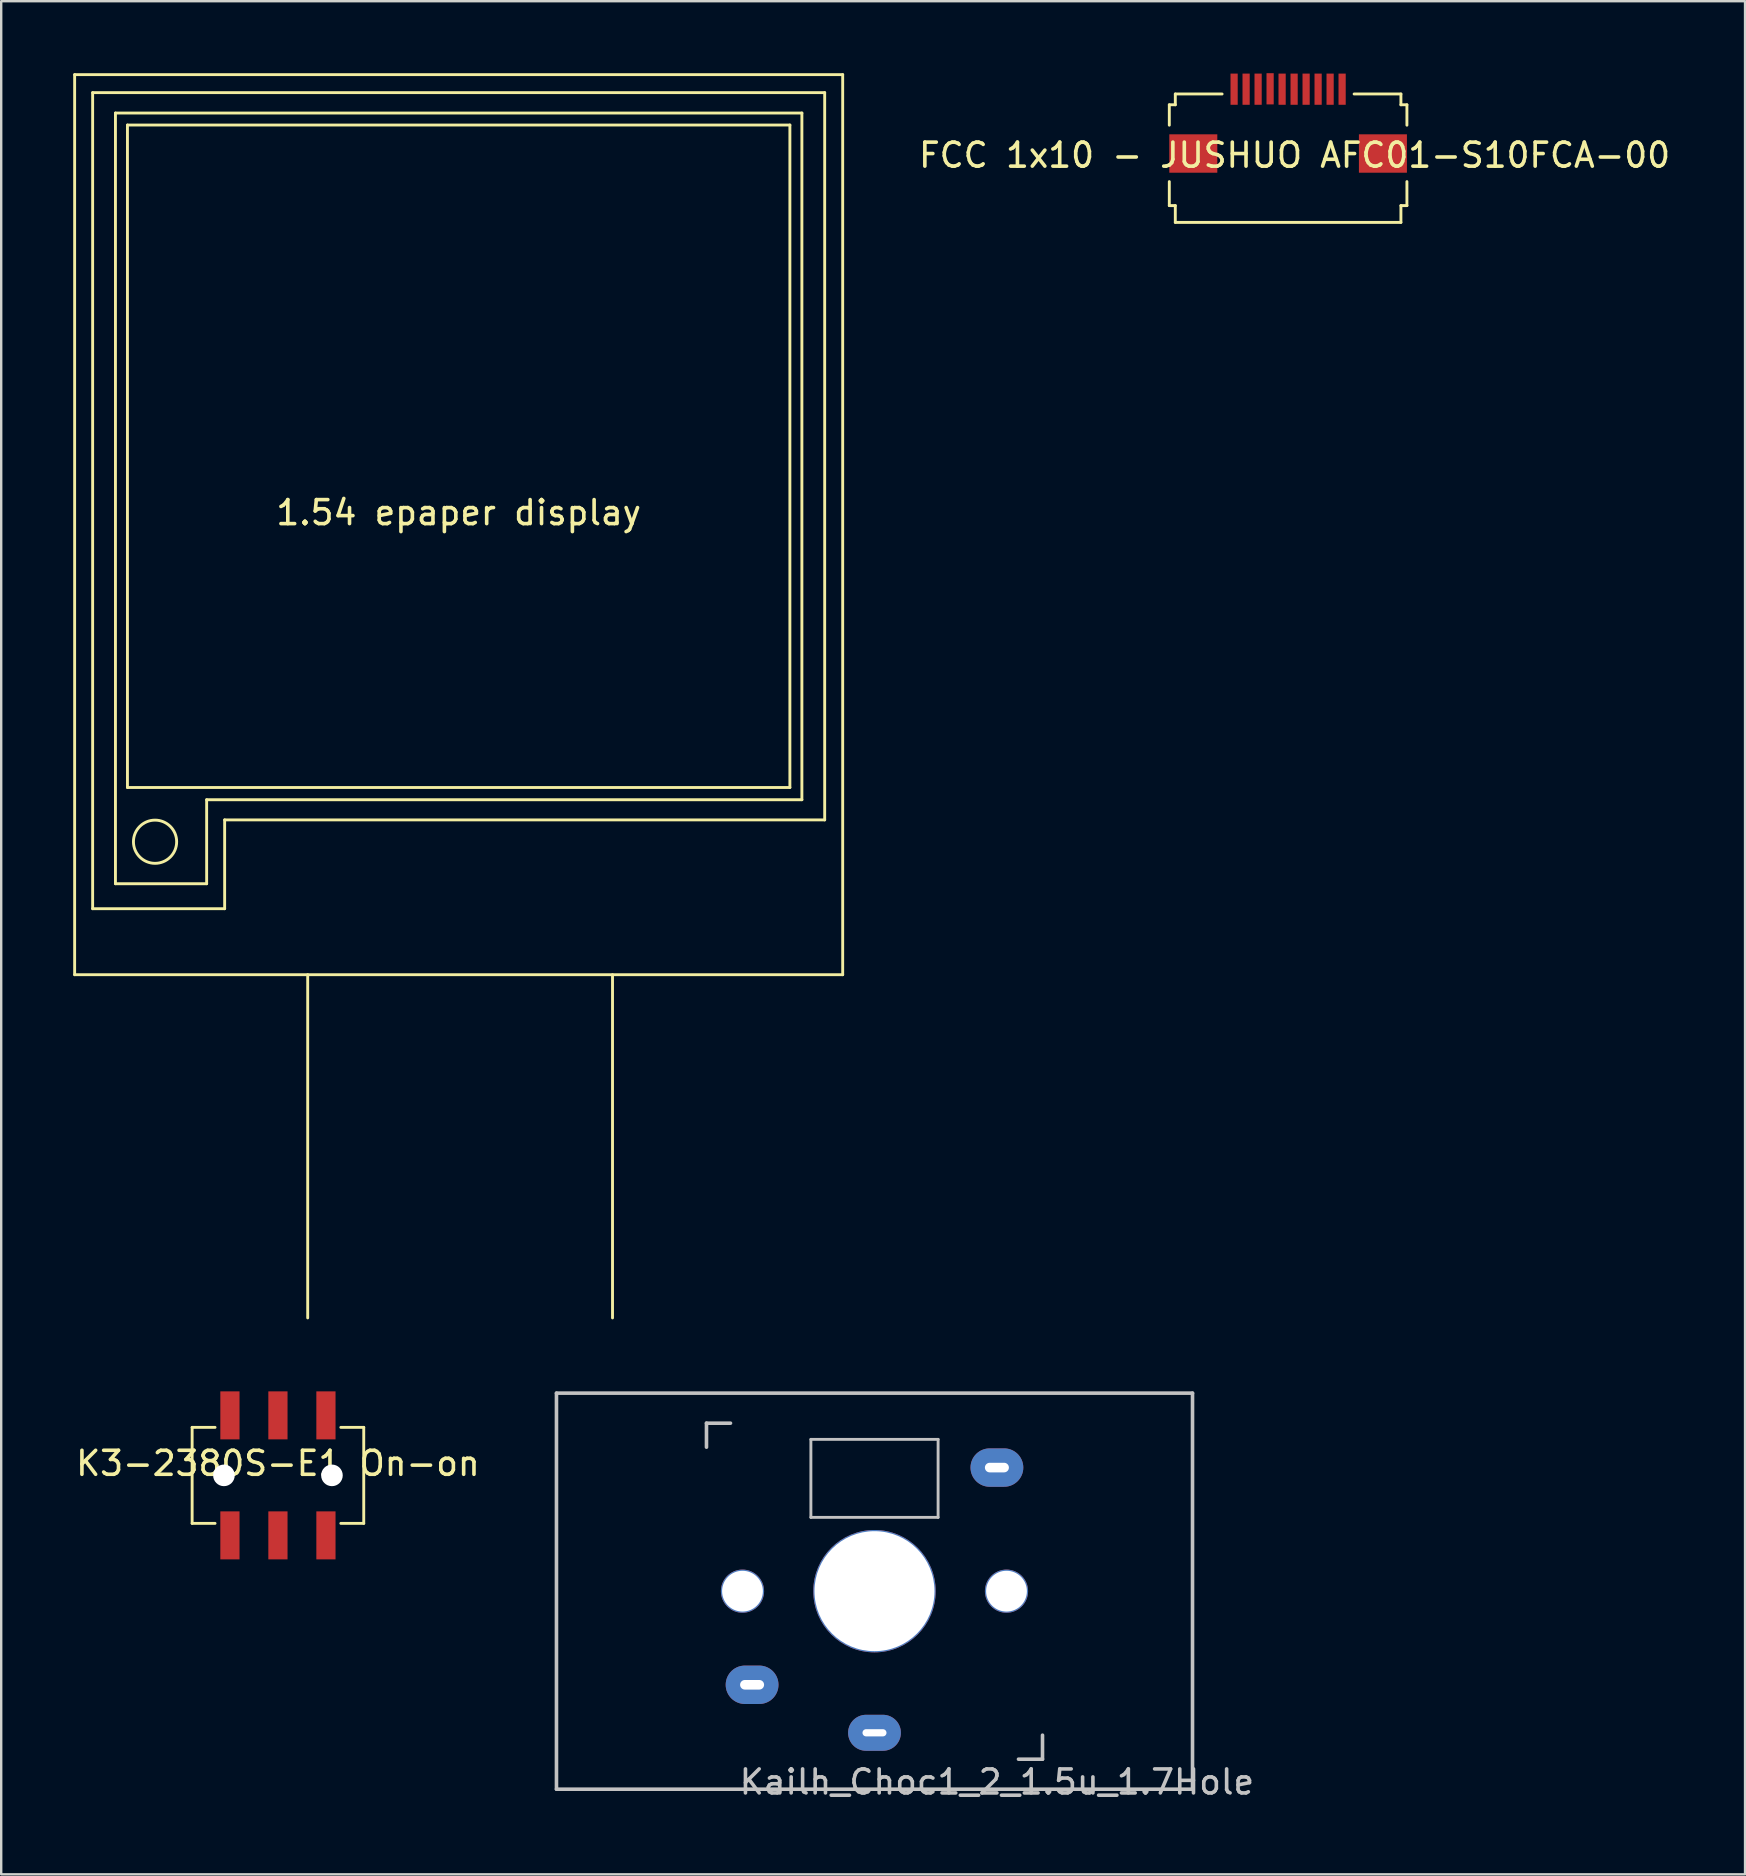
<source format=kicad_pcb>
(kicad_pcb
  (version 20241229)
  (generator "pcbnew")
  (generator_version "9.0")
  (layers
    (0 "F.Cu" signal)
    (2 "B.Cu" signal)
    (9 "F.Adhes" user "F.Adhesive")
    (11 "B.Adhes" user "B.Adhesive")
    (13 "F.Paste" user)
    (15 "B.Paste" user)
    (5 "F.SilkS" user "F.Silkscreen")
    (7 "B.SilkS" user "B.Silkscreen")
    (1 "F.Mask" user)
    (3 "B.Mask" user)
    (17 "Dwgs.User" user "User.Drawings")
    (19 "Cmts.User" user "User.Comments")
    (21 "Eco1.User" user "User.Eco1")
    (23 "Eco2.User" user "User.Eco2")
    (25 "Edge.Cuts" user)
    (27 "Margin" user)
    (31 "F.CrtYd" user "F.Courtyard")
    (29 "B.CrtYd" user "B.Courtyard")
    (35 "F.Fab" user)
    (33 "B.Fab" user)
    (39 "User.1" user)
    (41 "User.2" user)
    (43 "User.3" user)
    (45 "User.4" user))
  (footprint "Kailh_Choc1_2_1.5u_1.7Hole"
    (layer "F.Cu")
    (at 33.385 63.245)
    (property "Reference" "Kailh_Choc1_2_1.5u_1.7Hole" (at 5.1 7.95 180) (layer "Dwgs.User") (effects (font (size 1 1) (thickness 0.15))))
    (fp_line (start -13.25 -8.25) (end 13.25 -8.25) (stroke (width 0.15) (type solid)) (layer "Dwgs.User"))
    (fp_line (start -13.25 8.25) (end -13.25 -8.25) (stroke (width 0.15) (type solid)) (layer "Dwgs.User"))
    (fp_line (start -7 -7) (end -6 -7) (stroke (width 0.15) (type solid)) (layer "Dwgs.User"))
    (fp_line (start -7 -6) (end -7 -7) (stroke (width 0.15) (type solid)) (layer "Dwgs.User"))
    (fp_line (start -2.65 -6.325) (end 2.65 -6.325) (stroke (width 0.12) (type solid)) (layer "Dwgs.User"))
    (fp_line (start -2.65 -3.075) (end -2.65 -6.325) (stroke (width 0.12) (type solid)) (layer "Dwgs.User"))
    (fp_line (start 2.65 -6.325) (end 2.65 -3.075) (stroke (width 0.12) (type solid)) (layer "Dwgs.User"))
    (fp_line (start 2.65 -3.075) (end -2.65 -3.075) (stroke (width 0.12) (type solid)) (layer "Dwgs.User"))
    (fp_line (start 6 7) (end 7 7) (stroke (width 0.15) (type solid)) (layer "Dwgs.User"))
    (fp_line (start 7 7) (end 7 6) (stroke (width 0.15) (type solid)) (layer "Dwgs.User"))
    (fp_line (start 13.25 -8.25) (end 13.25 8.25) (stroke (width 0.15) (type solid)) (layer "Dwgs.User"))
    (fp_line (start 13.25 8.25) (end -13.25 8.25) (stroke (width 0.15) (type solid)) (layer "Dwgs.User"))
    (pad "" np_thru_hole circle (at -5.5 0 90) (size 1.8 1.8) (drill 1.7) (layers "*.Cu" "*.Mask"))
    (pad "" np_thru_hole circle (at 0 0 90) (size 5.1 5.1) (drill 5) (layers "*.Cu" "*.Mask"))
    (pad "" np_thru_hole oval (at 5.1 -5.15) (size 2.2 1.6) (drill oval 1 0.4) (layers "*.Cu" "*.Mask"))
    (pad "" np_thru_hole circle (at 5.5 0 90) (size 1.8 1.8) (drill 1.7) (layers "*.Cu" "*.Mask"))
    (pad "1" thru_hole oval (at -5.1 3.9) (size 2.2 1.6) (drill oval 1 0.4) (layers "*.Cu" "B.Mask"))
    (pad "2" thru_hole oval (at 0 5.9) (size 2.2 1.5) (drill oval 1 0.3) (layers "*.Cu" "B.Mask")))
  (footprint "K3-2380S-E1 On-on"
    (layer "F.Cu")
    (at 8.53 58.42)
    (property "Reference" "K3-2380S-E1 On-on" (at 0 -0.5 0) (unlocked yes) (layer "F.SilkS") (effects (font (size 1 1) (thickness 0.15))))
    (attr smd)
    (fp_line (start -3.575 -2) (end -2.62 -2) (stroke (width 0.12) (type solid)) (layer "F.SilkS"))
    (fp_line (start -3.575 2) (end -3.575 -2) (stroke (width 0.12) (type solid)) (layer "F.SilkS"))
    (fp_line (start -2.62 2) (end -3.575 2) (stroke (width 0.12) (type solid)) (layer "F.SilkS"))
    (fp_line (start 3.575 -2) (end 2.62 -2) (stroke (width 0.12) (type solid)) (layer "F.SilkS"))
    (fp_line (start 3.575 -2) (end 3.575 2) (stroke (width 0.12) (type solid)) (layer "F.SilkS"))
    (fp_line (start 3.575 2) (end 2.62 2) (stroke (width 0.12) (type solid)) (layer "F.SilkS"))
    (pad "" np_thru_hole circle (at -2.25 0) (size 0.9 0.9) (drill 0.9) (layers "*.Cu" "*.Mask"))
    (pad "" np_thru_hole circle (at 2.25 0) (size 0.9 0.9) (drill 0.9) (layers "*.Cu" "*.Mask"))
    (pad "1" smd rect (at -2 -2.5) (size 0.8 2) (layers "F.Cu" "F.Mask" "F.Paste"))
    (pad "1" smd rect (at -2 2.5) (size 0.8 2) (layers "F.Cu" "F.Mask" "F.Paste"))
    (pad "2" smd rect (at 0 -2.5) (size 0.8 2) (layers "F.Cu" "F.Mask" "F.Paste"))
    (pad "2" smd rect (at 0 2.5) (size 0.8 2) (layers "F.Cu" "F.Mask" "F.Paste"))
    (pad "3" smd rect (at 2 -2.5) (size 0.8 2) (layers "F.Cu" "F.Mask" "F.Paste"))
    (pad "3" smd rect (at 2 2.5) (size 0.8 2) (layers "F.Cu" "F.Mask" "F.Paste")))
  (footprint "FCC 1x10 - JUSHUO AFC01-S10FCA-00"
    (layer "F.Cu")
    (at 50.618 0.666)
    (property "Reference" "FCC 1x10 - JUSHUO AFC01-S10FCA-00" (at 0.27 2.75 0) (unlocked yes) (layer "F.SilkS") (effects (font (size 1 1) (thickness 0.15))))
    (attr smd)
    (fp_line (start -4.95 0.65) (end -4.95 1.5) (stroke (width 0.12) (type solid)) (layer "F.SilkS"))
    (fp_line (start -4.95 3.85) (end -4.95 4.85) (stroke (width 0.12) (type solid)) (layer "F.SilkS"))
    (fp_line (start -4.7 0.2) (end -4.7 0.65) (stroke (width 0.12) (type solid)) (layer "F.SilkS"))
    (fp_line (start -4.7 0.65) (end -4.95 0.65) (stroke (width 0.12) (type solid)) (layer "F.SilkS"))
    (fp_line (start -4.7 4.85) (end -4.95 4.85) (stroke (width 0.12) (type solid)) (layer "F.SilkS"))
    (fp_line (start -4.7 4.85) (end -4.7 5.55) (stroke (width 0.12) (type solid)) (layer "F.SilkS"))
    (fp_line (start -4.7 5.55) (end 4.7 5.55) (stroke (width 0.12) (type solid)) (layer "F.SilkS"))
    (fp_line (start -2.75 0.2) (end -4.7 0.2) (stroke (width 0.12) (type solid)) (layer "F.SilkS"))
    (fp_line (start 4.7 0.2) (end 2.75 0.2) (stroke (width 0.12) (type solid)) (layer "F.SilkS"))
    (fp_line (start 4.7 0.65) (end 4.7 0.2) (stroke (width 0.12) (type solid)) (layer "F.SilkS"))
    (fp_line (start 4.7 4.85) (end 4.7 5.55) (stroke (width 0.12) (type solid)) (layer "F.SilkS"))
    (fp_line (start 4.95 0.65) (end 4.7 0.65) (stroke (width 0.12) (type solid)) (layer "F.SilkS"))
    (fp_line (start 4.95 1.5) (end 4.95 0.65) (stroke (width 0.12) (type solid)) (layer "F.SilkS"))
    (fp_line (start 4.95 4.85) (end 4.7 4.85) (stroke (width 0.12) (type solid)) (layer "F.SilkS"))
    (fp_line (start 4.95 4.85) (end 4.95 3.85) (stroke (width 0.12) (type solid)) (layer "F.SilkS"))
    (pad "1" smd rect (at -2.25 0) (size 0.3 1.3) (layers "F.Cu" "F.Mask" "F.Paste"))
    (pad "2" smd rect (at -1.75 0) (size 0.3 1.3) (layers "F.Cu" "F.Mask" "F.Paste"))
    (pad "3" smd rect (at -1.25 0) (size 0.3 1.3) (layers "F.Cu" "F.Mask" "F.Paste"))
    (pad "4" smd rect (at -0.75 -0.016) (size 0.3 1.3) (layers "F.Cu" "F.Mask" "F.Paste"))
    (pad "5" smd rect (at -0.25 0) (size 0.3 1.3) (layers "F.Cu" "F.Mask" "F.Paste"))
    (pad "6" smd rect (at 0.25 0) (size 0.3 1.3) (layers "F.Cu" "F.Mask" "F.Paste"))
    (pad "7" smd rect (at 0.75 0) (size 0.3 1.3) (layers "F.Cu" "F.Mask" "F.Paste"))
    (pad "8" smd rect (at 1.25 0) (size 0.3 1.3) (layers "F.Cu" "F.Mask" "F.Paste"))
    (pad "9" smd rect (at 1.75 0) (size 0.3 1.3) (layers "F.Cu" "F.Mask" "F.Paste"))
    (pad "10" smd rect (at 2.25 0) (size 0.3 1.3) (layers "F.Cu" "F.Mask" "F.Paste"))
    (pad "MP" smd rect (at -3.95 2.68) (size 2 1.6) (layers "F.Cu" "F.Mask" "F.Paste"))
    (pad "MP" smd rect (at 3.95 2.68) (size 2 1.6) (layers "F.Cu" "F.Mask" "F.Paste")))
  (footprint "1.54 epaper display"
    (layer "F.Cu")
    (at 16.06 18.81)
    (property "Reference" "1.54 epaper display" (at 0 -0.5 0) (unlocked yes) (layer "F.SilkS") (effects (font (size 1 1) (thickness 0.15))))
    (fp_line (start -16 18.75) (end -16 -18.75) (stroke (width 0.12) (type solid)) (layer "F.SilkS"))
    (fp_line (start -16 18.75) (end 16 18.75) (stroke (width 0.12) (type solid)) (layer "F.SilkS"))
    (fp_line (start -15.25 -18) (end -15.25 16) (stroke (width 0.12) (type solid)) (layer "F.SilkS"))
    (fp_line (start -15.25 16) (end -9.75 16) (stroke (width 0.12) (type solid)) (layer "F.SilkS"))
    (fp_line (start -14.3 -17.15) (end -14.3 14.96) (stroke (width 0.12) (type solid)) (layer "F.SilkS"))
    (fp_line (start -14.3 14.96) (end -10.5 14.96) (stroke (width 0.12) (type solid)) (layer "F.SilkS"))
    (fp_line (start -13.8 -16.65) (end -13.8 10.95) (stroke (width 0.12) (type solid)) (layer "F.SilkS"))
    (fp_line (start -13.8 10.95) (end 13.8 10.95) (stroke (width 0.12) (type solid)) (layer "F.SilkS"))
    (fp_line (start -10.5 11.46) (end -10.5 14.96) (stroke (width 0.12) (type solid)) (layer "F.SilkS"))
    (fp_line (start -10.5 11.46) (end 14.3 11.46) (stroke (width 0.12) (type solid)) (layer "F.SilkS"))
    (fp_line (start -9.75 12.3) (end -9.75 16) (stroke (width 0.12) (type solid)) (layer "F.SilkS"))
    (fp_line (start -9.75 12.3) (end 15.25 12.3) (stroke (width 0.12) (type solid)) (layer "F.SilkS"))
    (fp_line (start -6.29 18.75) (end -6.29 33.05) (stroke (width 0.12) (type solid)) (layer "F.SilkS"))
    (fp_line (start 6.41 18.75) (end 6.41 33.05) (stroke (width 0.12) (type solid)) (layer "F.SilkS"))
    (fp_line (start 13.8 -16.65) (end -13.8 -16.65) (stroke (width 0.12) (type solid)) (layer "F.SilkS"))
    (fp_line (start 13.8 10.95) (end 13.8 -16.65) (stroke (width 0.12) (type solid)) (layer "F.SilkS"))
    (fp_line (start 14.3 -17.15) (end -14.3 -17.15) (stroke (width 0.12) (type solid)) (layer "F.SilkS"))
    (fp_line (start 14.3 11.46) (end 14.3 -17.15) (stroke (width 0.12) (type solid)) (layer "F.SilkS"))
    (fp_line (start 15.25 -18) (end -15.25 -18) (stroke (width 0.12) (type solid)) (layer "F.SilkS"))
    (fp_line (start 15.25 12.3) (end 15.25 -18) (stroke (width 0.12) (type solid)) (layer "F.SilkS"))
    (fp_line (start 16 -18.75) (end -16 -18.75) (stroke (width 0.12) (type solid)) (layer "F.SilkS"))
    (fp_line (start 16 -18.75) (end 16 18.75) (stroke (width 0.12) (type solid)) (layer "F.SilkS"))
    (fp_circle (center -12.65 13.21) (end -11.75 13.21) (stroke (width 0.12) (type solid)) (fill no) (layer "F.SilkS")))
  (gr_rect
    (start -3 -3)
    (end 69.656 75.043)
    (stroke (width 0.1) (type default))
    (fill no)
    (layer "Edge.Cuts")))
</source>
